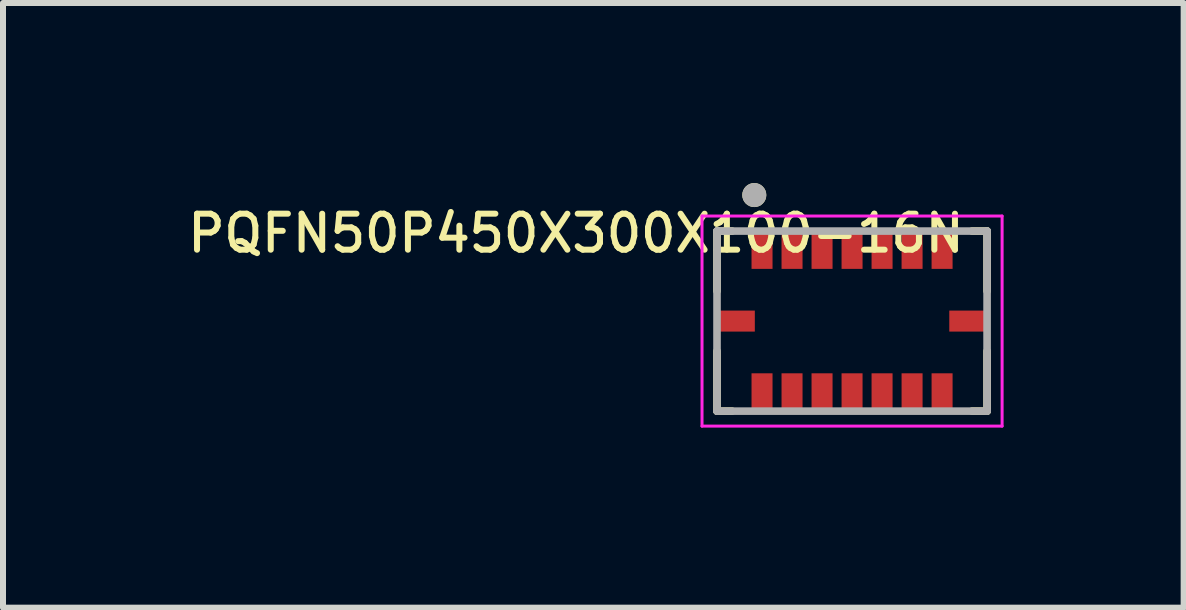
<source format=kicad_pcb>
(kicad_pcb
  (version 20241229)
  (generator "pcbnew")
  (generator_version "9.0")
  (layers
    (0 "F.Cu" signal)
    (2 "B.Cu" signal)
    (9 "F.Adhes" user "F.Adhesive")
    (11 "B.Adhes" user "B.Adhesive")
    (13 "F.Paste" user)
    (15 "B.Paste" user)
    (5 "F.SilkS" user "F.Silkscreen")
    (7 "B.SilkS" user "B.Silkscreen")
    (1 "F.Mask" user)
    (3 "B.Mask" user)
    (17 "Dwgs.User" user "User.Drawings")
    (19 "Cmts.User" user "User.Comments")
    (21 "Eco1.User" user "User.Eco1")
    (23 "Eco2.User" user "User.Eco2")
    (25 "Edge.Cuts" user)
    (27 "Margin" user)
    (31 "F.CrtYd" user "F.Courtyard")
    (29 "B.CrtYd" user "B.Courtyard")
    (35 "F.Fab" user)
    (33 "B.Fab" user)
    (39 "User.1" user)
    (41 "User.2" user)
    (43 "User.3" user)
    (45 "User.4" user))
  (footprint "PQFN50P450X300X100-16N"
    (layer "F.Cu")
    (at 11.147 2.3)
    (property "Reference" "PQFN50P450X300X100-16N" (at -4.6 -1.462 0) (layer "F.SilkS") (effects (font (size 0.6 0.6) (thickness 0.1) (bold yes))))
    (attr smd)
    (fp_line (start -2.25 -1.5) (end -2 -1.5) (stroke (width 0.127) (type solid)) (layer "F.SilkS"))
    (fp_line (start -2.25 -0.5) (end -2.25 -1.5) (stroke (width 0.127) (type solid)) (layer "F.SilkS"))
    (fp_line (start -2.25 1.5) (end -2.25 0.5) (stroke (width 0.127) (type solid)) (layer "F.SilkS"))
    (fp_line (start -2 1.5) (end -2.25 1.5) (stroke (width 0.127) (type solid)) (layer "F.SilkS"))
    (fp_line (start 2.25 -1.5) (end 2 -1.5) (stroke (width 0.127) (type solid)) (layer "F.SilkS"))
    (fp_line (start 2.25 -0.5) (end 2.25 -1.5) (stroke (width 0.127) (type solid)) (layer "F.SilkS"))
    (fp_line (start 2.25 0.5) (end 2.25 1.5) (stroke (width 0.127) (type solid)) (layer "F.SilkS"))
    (fp_line (start 2.25 1.5) (end 2 1.5) (stroke (width 0.127) (type solid)) (layer "F.SilkS"))
    (fp_circle (center -1.629 -2.1) (end -1.529 -2.1) (stroke (width 0.2) (type solid)) (fill no) (layer "F.SilkS"))
    (fp_line (start -2.5 -1.75) (end 2.5 -1.75) (stroke (width 0.05) (type solid)) (layer "F.CrtYd"))
    (fp_line (start -2.5 1.75) (end -2.5 -1.75) (stroke (width 0.05) (type solid)) (layer "F.CrtYd"))
    (fp_line (start 2.5 -1.75) (end 2.5 1.75) (stroke (width 0.05) (type solid)) (layer "F.CrtYd"))
    (fp_line (start 2.5 1.75) (end -2.5 1.75) (stroke (width 0.05) (type solid)) (layer "F.CrtYd"))
    (fp_line (start -2.25 -1.5) (end 2.25 -1.5) (stroke (width 0.127) (type solid)) (layer "F.Fab"))
    (fp_line (start -2.25 1.5) (end -2.25 -1.5) (stroke (width 0.127) (type solid)) (layer "F.Fab"))
    (fp_line (start 2.25 -1.5) (end 2.25 1.5) (stroke (width 0.127) (type solid)) (layer "F.Fab"))
    (fp_line (start 2.25 1.5) (end -2.25 1.5) (stroke (width 0.127) (type solid)) (layer "F.Fab"))
    (fp_circle (center -1.629 -2.1) (end -1.529 -2.1) (stroke (width 0.2) (type solid)) (fill no) (layer "F.Fab"))
    (pad "1" smd rect (at -1.5 -1.165 270) (size 0.59 0.35) (layers "F.Cu" "F.Mask" "F.Paste"))
    (pad "2" smd rect (at -1 -1.165 270) (size 0.59 0.35) (layers "F.Cu" "F.Mask" "F.Paste"))
    (pad "3" smd rect (at -0.5 -1.165 270) (size 0.59 0.35) (layers "F.Cu" "F.Mask" "F.Paste"))
    (pad "4" smd rect (at 0 -1.165 270) (size 0.59 0.35) (layers "F.Cu" "F.Mask" "F.Paste"))
    (pad "5" smd rect (at 0.5 -1.165 270) (size 0.59 0.35) (layers "F.Cu" "F.Mask" "F.Paste"))
    (pad "6" smd rect (at 1 -1.165 270) (size 0.59 0.35) (layers "F.Cu" "F.Mask" "F.Paste"))
    (pad "7" smd rect (at 1.5 -1.165 270) (size 0.59 0.35) (layers "F.Cu" "F.Mask" "F.Paste"))
    (pad "8" smd rect (at 1.915 0 180) (size 0.59 0.35) (layers "F.Cu" "F.Mask" "F.Paste"))
    (pad "9" smd rect (at 1.5 1.165 90) (size 0.59 0.35) (layers "F.Cu" "F.Mask" "F.Paste"))
    (pad "10" smd rect (at 1 1.165 90) (size 0.59 0.35) (layers "F.Cu" "F.Mask" "F.Paste"))
    (pad "11" smd rect (at 0.5 1.165 90) (size 0.59 0.35) (layers "F.Cu" "F.Mask" "F.Paste"))
    (pad "12" smd rect (at 0 1.165 90) (size 0.59 0.35) (layers "F.Cu" "F.Mask" "F.Paste"))
    (pad "13" smd rect (at -0.5 1.165 90) (size 0.59 0.35) (layers "F.Cu" "F.Mask" "F.Paste"))
    (pad "14" smd rect (at -1 1.165 90) (size 0.59 0.35) (layers "F.Cu" "F.Mask" "F.Paste"))
    (pad "15" smd rect (at -1.5 1.165 90) (size 0.59 0.35) (layers "F.Cu" "F.Mask" "F.Paste"))
    (pad "16" smd rect (at -1.915 0) (size 0.59 0.35) (layers "F.Cu" "F.Mask" "F.Paste")))
  (gr_rect
    (start -3 -3)
    (end 16.672 7.075)
    (stroke (width 0.1) (type default))
    (fill no)
    (layer "Edge.Cuts")))
</source>
